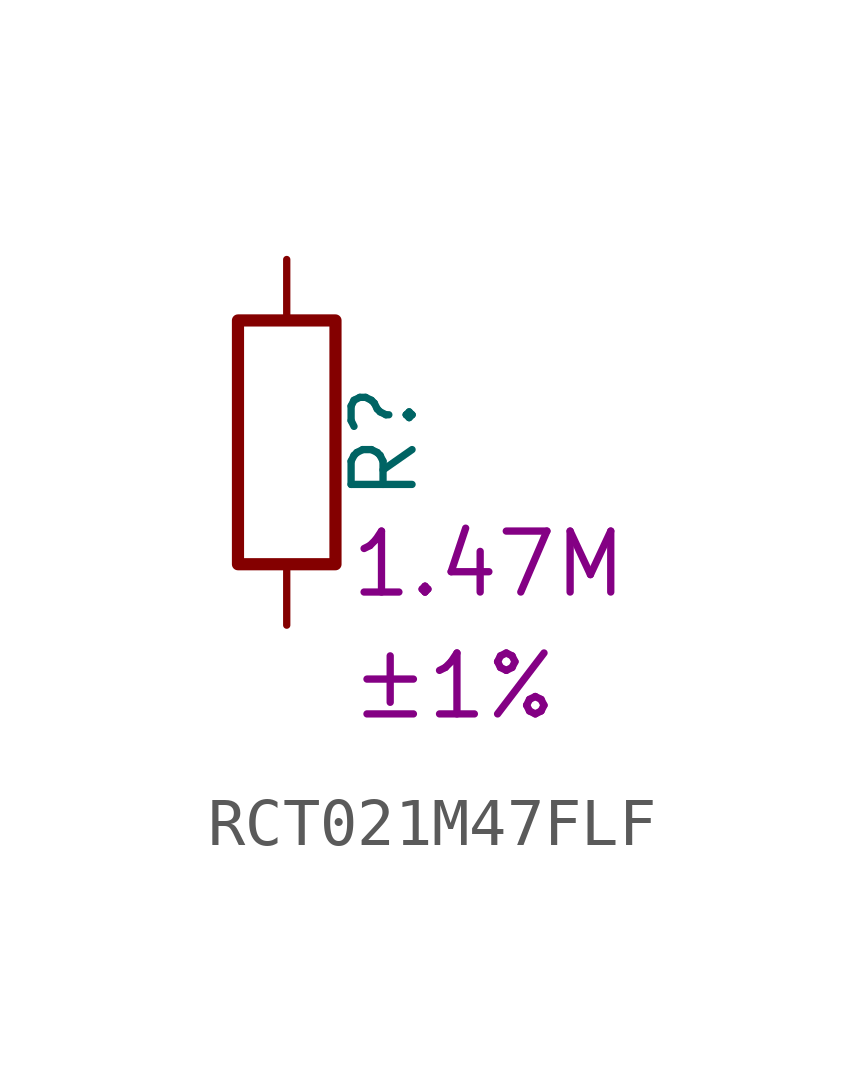
<source format=kicad_sym>
(kicad_symbol_lib
  (version 20220914)
  (generator kicad_symbol_editor)
  (symbol "RCT021M47FLF"
    (pin_numbers hide)
    (pin_names
      (offset 0))
    (property "Reference" "R"
      (at 2.032 0 90)
      (effects (font (size 1.27 1.27))))
    (property "Resistance" "1.47M"
      (at 1.27 -2.54 0)
      (effects (font (size 1.27 1.27)) (justify left)))
    (property "Tolerance" "±1%"
      (at 1.27 -5.08 0)
      (effects (font (size 1.27 1.27)) (justify left)))
    (symbol "RCT021M47FLF_0_1"
      (rectangle (start -1.016 -2.54) (end 1.016 2.54) (stroke (width 0.254) (type default)) (fill (type none))))
    (symbol "RCT021M47FLF_1_1"
      (pin passive line (at 0 3.81 270) (length 1.27) (name "~" (effects (font (size 1.27 1.27)))) (number "1" (effects (font (size 1.27 1.27)))))
      (pin passive line (at 0 -3.81 90) (length 1.27) (name "~" (effects (font (size 1.27 1.27)))) (number "2" (effects (font (size 1.27 1.27))))))))
</source>
